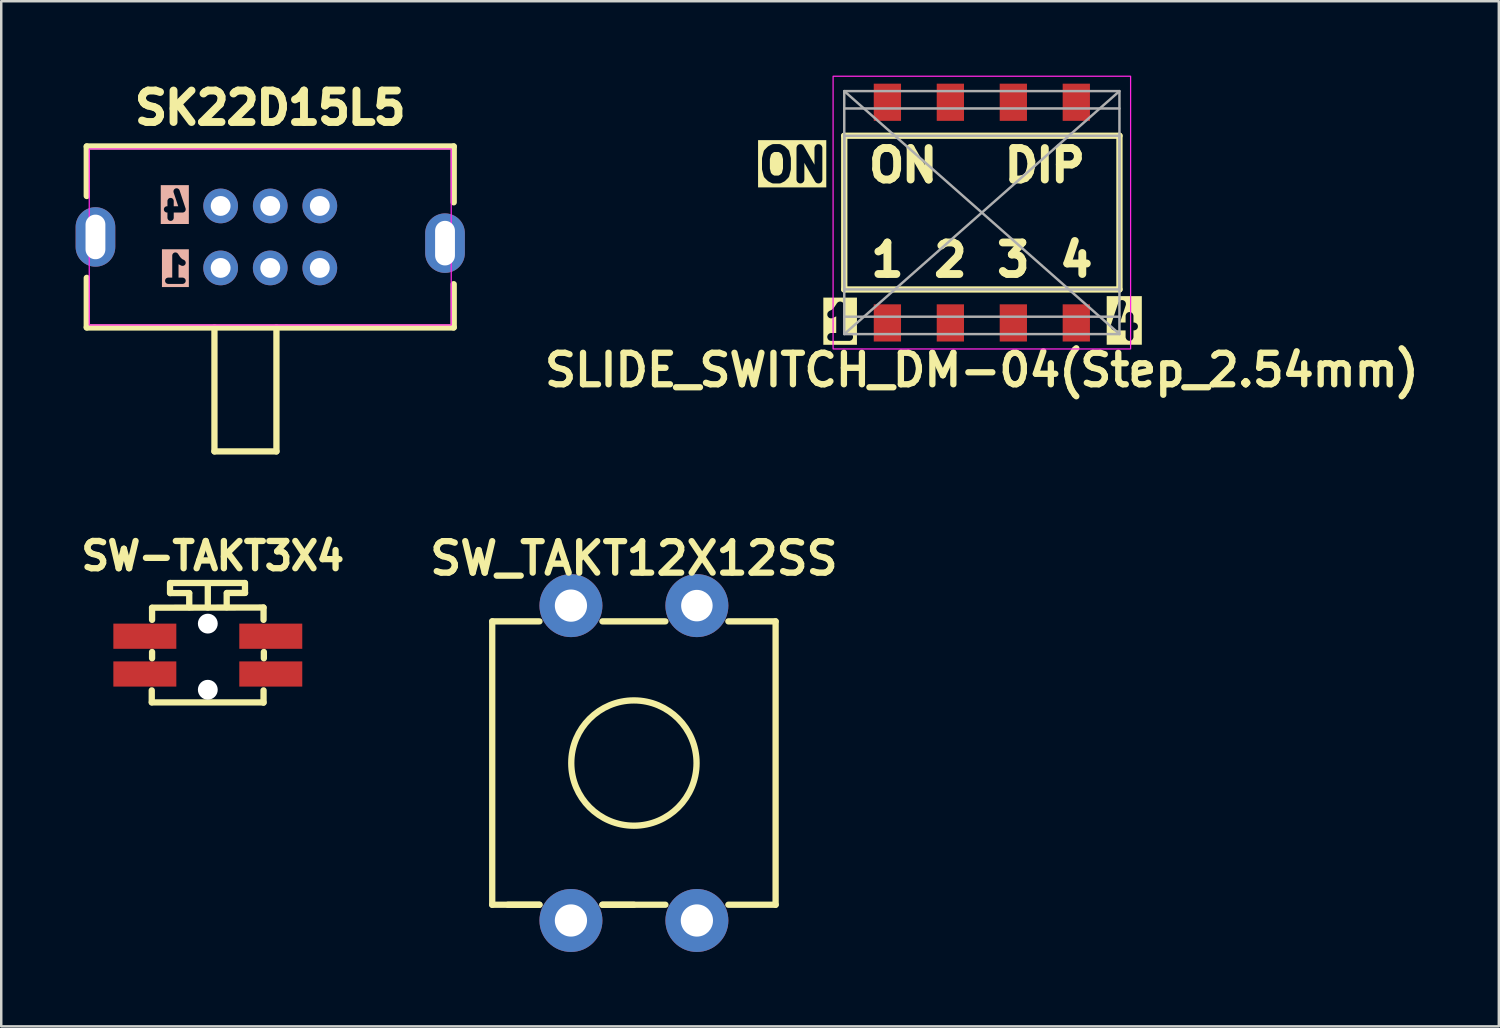
<source format=kicad_pcb>
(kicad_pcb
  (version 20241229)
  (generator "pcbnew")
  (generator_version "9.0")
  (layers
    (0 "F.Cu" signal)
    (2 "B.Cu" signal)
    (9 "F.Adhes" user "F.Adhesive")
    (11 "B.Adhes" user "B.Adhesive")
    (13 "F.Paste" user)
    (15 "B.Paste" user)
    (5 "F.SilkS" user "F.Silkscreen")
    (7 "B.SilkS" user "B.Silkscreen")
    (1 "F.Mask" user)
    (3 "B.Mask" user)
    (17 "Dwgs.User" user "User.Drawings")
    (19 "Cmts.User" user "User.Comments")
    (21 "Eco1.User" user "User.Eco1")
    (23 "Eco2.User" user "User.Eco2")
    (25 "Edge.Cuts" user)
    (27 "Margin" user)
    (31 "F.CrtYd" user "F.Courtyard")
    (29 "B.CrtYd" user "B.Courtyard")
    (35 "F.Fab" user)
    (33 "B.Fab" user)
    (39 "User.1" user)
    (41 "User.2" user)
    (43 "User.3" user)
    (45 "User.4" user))
  (footprint "SW-TAKT3X4"
    (layer "F.Cu")
    (at 5.332 23.374)
    (property "Reference" "SW-TAKT3X4" (at 0.203 -4 0) (layer "F.SilkS") (effects (font (size 1.1 1.1) (thickness 0.254))))
    (attr smd)
    (fp_line (start -2.261 1.905) (end -2.261 1.422) (stroke (width 0.254) (type solid)) (layer "F.SilkS"))
    (fp_line (start -2.25 -1.913) (end 2.245 -1.92) (stroke (width 0.254) (type solid)) (layer "F.SilkS"))
    (fp_line (start -2.248 -1.905) (end -2.248 -1.422) (stroke (width 0.254) (type solid)) (layer "F.SilkS"))
    (fp_line (start -2.248 0.127) (end -2.248 -0.127) (stroke (width 0.254) (type solid)) (layer "F.SilkS"))
    (fp_line (start -1.524 -2.908) (end -1.524 -2.502) (stroke (width 0.254) (type solid)) (layer "F.SilkS"))
    (fp_line (start -1.509 -2.908) (end 1.491 -2.908) (stroke (width 0.254) (type solid)) (layer "F.SilkS"))
    (fp_line (start -0.754 -2.502) (end -1.509 -2.502) (stroke (width 0.254) (type solid)) (layer "F.SilkS"))
    (fp_line (start -0.749 -2.502) (end -0.749 -1.93) (stroke (width 0.254) (type solid)) (layer "F.SilkS"))
    (fp_line (start 0 -1.918) (end 0 -2.883) (stroke (width 0.254) (type solid)) (layer "F.SilkS"))
    (fp_line (start 0.762 -1.93) (end 0.762 -2.502) (stroke (width 0.254) (type solid)) (layer "F.SilkS"))
    (fp_line (start 1.499 -2.908) (end 1.499 -2.515) (stroke (width 0.254) (type solid)) (layer "F.SilkS"))
    (fp_line (start 1.504 -2.507) (end 0.772 -2.507) (stroke (width 0.254) (type solid)) (layer "F.SilkS"))
    (fp_line (start 2.245 1.908) (end -2.258 1.908) (stroke (width 0.254) (type solid)) (layer "F.SilkS"))
    (fp_line (start 2.248 -1.918) (end 2.248 -1.422) (stroke (width 0.254) (type solid)) (layer "F.SilkS"))
    (fp_line (start 2.248 1.918) (end 2.248 1.422) (stroke (width 0.254) (type solid)) (layer "F.SilkS"))
    (fp_line (start 2.261 0.127) (end 2.261 -0.127) (stroke (width 0.254) (type solid)) (layer "F.SilkS"))
    (pad "" np_thru_hole circle (at 0 -1.27) (size 0.8 0.8) (drill 0.8) (layers "*.Cu" "*.Mask"))
    (pad "" np_thru_hole circle (at 0 1.397) (size 0.8 0.8) (drill 0.8) (layers "*.Cu" "*.Mask"))
    (pad "1" smd rect (at -2.54 -0.762) (size 2.54 1.016) (layers "F.Cu" "F.Mask" "F.Paste"))
    (pad "2" smd rect (at -2.54 0.762) (size 2.54 1.016) (layers "F.Cu" "F.Mask" "F.Paste"))
    (pad "3" smd rect (at 2.54 -0.762) (size 2.54 1.016) (layers "F.Cu" "F.Mask" "F.Paste"))
    (pad "4" smd rect (at 2.54 0.762) (size 2.54 1.016) (layers "F.Cu" "F.Mask" "F.Paste")))
  (footprint "SK22D15L5"
    (layer "F.Cu")
    (at 7.85 6.507)
    (property "Reference" "SK22D15L5" (at 0 -5.207 0) (unlocked yes) (layer "F.SilkS") (effects (font (size 1.27 1.27) (thickness 0.318) (bold yes))))
    (attr through_hole)
    (fp_line (start -7.4 -3.65) (end -7.4 -1.651) (stroke (width 0.254) (type default)) (layer "F.SilkS"))
    (fp_line (start -7.4 1.651) (end -7.4 3.65) (stroke (width 0.254) (type default)) (layer "F.SilkS"))
    (fp_line (start -7.4 3.65) (end 7.4 3.65) (stroke (width 0.254) (type default)) (layer "F.SilkS"))
    (fp_line (start -2.25 8.65) (end -2.25 3.65) (stroke (width 0.254) (type default)) (layer "F.SilkS"))
    (fp_line (start 0.25 3.65) (end 0.25 8.65) (stroke (width 0.254) (type default)) (layer "F.SilkS"))
    (fp_line (start 0.25 8.65) (end -2.25 8.65) (stroke (width 0.254) (type default)) (layer "F.SilkS"))
    (fp_line (start 7.4 -3.65) (end -7.4 -3.65) (stroke (width 0.254) (type default)) (layer "F.SilkS"))
    (fp_line (start 7.4 -1.397) (end 7.4 -3.65) (stroke (width 0.254) (type default)) (layer "F.SilkS"))
    (fp_line (start 7.4 3.65) (end 7.4 1.905) (stroke (width 0.254) (type default)) (layer "F.SilkS"))
    (fp_rect (start -7.3 3.55) (end 7.3 -3.55) (stroke (width 0.05) (type default)) (fill no) (layer "F.CrtYd"))
    (fp_text user "4" (at -3.175 -0.635 0) (layer "B.SilkS" knockout) (effects (font (size 1.016 1.016) (thickness 0.254) (bold yes)) (justify left bottom mirror)))
    (fp_text user "1" (at -3.175 1.905 0) (layer "B.SilkS" knockout) (effects (font (size 1.016 1.016) (thickness 0.254) (bold yes)) (justify left bottom mirror)))
    (pad "0" thru_hole oval (at -7.05 0) (size 1.6 2.4) (drill oval 0.8 1.8) (layers "*.Cu" "*.Mask"))
    (pad "0" thru_hole oval (at 7.05 0.25) (size 1.6 2.4) (drill oval 0.8 1.8) (layers "*.Cu" "*.Mask"))
    (pad "1" thru_hole circle (at -2 1.25) (size 1.4 1.4) (drill 0.8) (layers "*.Cu" "*.Mask"))
    (pad "2" thru_hole circle (at 0 1.25) (size 1.4 1.4) (drill 0.8) (layers "*.Cu" "*.Mask"))
    (pad "3" thru_hole circle (at 2 1.25) (size 1.4 1.4) (drill 0.8) (layers "*.Cu" "*.Mask"))
    (pad "4" thru_hole circle (at -2 -1.25) (size 1.4 1.4) (drill 0.8) (layers "*.Cu" "*.Mask"))
    (pad "5" thru_hole circle (at 0 -1.25) (size 1.4 1.4) (drill 0.8) (layers "*.Cu" "*.Mask"))
    (pad "6" thru_hole circle (at 2 -1.25) (size 1.4 1.4) (drill 0.8) (layers "*.Cu" "*.Mask")))
  (footprint "SW_TAKT12X12SS"
    (layer "F.Cu")
    (at 22.519 27.728)
    (property "Reference" "SW_TAKT12X12SS" (at 0 -8.255 0) (layer "F.SilkS") (effects (font (size 1.27 1.27) (thickness 0.254))))
    (attr through_hole)
    (fp_line (start -5.715 -5.715) (end -3.81 -5.715) (stroke (width 0.254) (type solid)) (layer "F.SilkS"))
    (fp_line (start -5.715 5.715) (end -5.715 -5.715) (stroke (width 0.254) (type solid)) (layer "F.SilkS"))
    (fp_line (start -5.715 5.715) (end -3.81 5.715) (stroke (width 0.254) (type solid)) (layer "F.SilkS"))
    (fp_line (start -3.81 5.715) (end -5.08 5.715) (stroke (width 0.254) (type solid)) (layer "F.SilkS"))
    (fp_line (start -1.27 -5.715) (end 1.27 -5.715) (stroke (width 0.254) (type solid)) (layer "F.SilkS"))
    (fp_line (start -1.27 5.715) (end 1.27 5.715) (stroke (width 0.254) (type solid)) (layer "F.SilkS"))
    (fp_line (start 0 5.715) (end -1.27 5.715) (stroke (width 0.254) (type solid)) (layer "F.SilkS"))
    (fp_line (start 3.81 -5.715) (end 5.715 -5.715) (stroke (width 0.254) (type solid)) (layer "F.SilkS"))
    (fp_line (start 3.81 5.715) (end 5.715 5.715) (stroke (width 0.254) (type solid)) (layer "F.SilkS"))
    (fp_line (start 5.715 -5.715) (end 5.715 5.715) (stroke (width 0.254) (type solid)) (layer "F.SilkS"))
    (fp_circle (center 0 0) (end 2.49 0.43) (stroke (width 0.254) (type solid)) (fill no) (layer "F.SilkS"))
    (pad "1" thru_hole circle (at -2.54 6.35) (size 2.54 2.54) (drill 1.3) (layers "*.Cu" "*.Mask"))
    (pad "2" thru_hole circle (at 2.54 6.35) (size 2.54 2.54) (drill 1.3) (layers "*.Cu" "*.Mask"))
    (pad "3" thru_hole circle (at 2.54 -6.35) (size 2.54 2.54) (drill 1.27) (layers "*.Cu" "*.Mask"))
    (pad "4" thru_hole circle (at -2.54 -6.35) (size 2.54 2.54) (drill 1.3) (layers "*.Cu" "*.Mask")))
  (footprint "SLIDE_SWITCH_DM-04(Step_2.54mm)"
    (layer "F.Cu")
    (at 36.553 5.525)
    (property "Reference" "SLIDE_SWITCH_DM-04(Step_2.54mm)" (at 0 6.35 0) (layer "F.SilkS") (effects (font (size 1.27 1.27) (thickness 0.254))))
    (attr smd)
    (fp_line (start -5.55 3.1) (end -5.55 -3.1) (stroke (width 0.254) (type solid)) (layer "F.SilkS"))
    (fp_line (start -5.55 3.1) (end 5.55 3.1) (stroke (width 0.254) (type solid)) (layer "F.SilkS"))
    (fp_line (start 5.55 -3.1) (end -5.55 -3.1) (stroke (width 0.254) (type solid)) (layer "F.SilkS"))
    (fp_line (start 5.55 3.1) (end 5.55 -3.1) (stroke (width 0.254) (type solid)) (layer "F.SilkS"))
    (fp_rect (start -6 -5.5) (end 6 5.5) (stroke (width 0.05) (type default)) (fill no) (layer "F.CrtYd"))
    (fp_line (start -5.55 -4.2) (end 5.55 -4.2) (stroke (width 0.1) (type default)) (layer "F.Fab"))
    (fp_line (start -5.55 4.2) (end 5.55 4.2) (stroke (width 0.1) (type default)) (layer "F.Fab"))
    (fp_line (start 5.55 -4.9) (end -5.55 4.9) (stroke (width 0.1) (type default)) (layer "F.Fab"))
    (fp_line (start 5.55 4.9) (end -5.55 -4.9) (stroke (width 0.1) (type default)) (layer "F.Fab"))
    (fp_rect (start -5.55 -4.9) (end 5.55 4.9) (stroke (width 0.1) (type default)) (fill no) (layer "F.Fab"))
    (fp_rect (start -5.55 -3.1) (end 5.55 3.1) (stroke (width 0.1) (type default)) (fill no) (layer "F.Fab"))
    (fp_text user "ON" (at -7.62 -1.905 0) (layer "F.SilkS" knockout) (effects (font (size 1.27 1.27) (thickness 0.318) (bold yes))))
    (fp_text user "1" (at -3.81 1.905 0) (layer "F.SilkS") (effects (font (size 1.27 1.27) (thickness 0.318) (bold yes))))
    (fp_text user "1" (at -5.715 4.445 0) (layer "F.SilkS" knockout) (effects (font (size 1.27 1.27) (thickness 0.318) (bold yes))))
    (fp_text user "4" (at 3.81 1.905 0) (layer "F.SilkS") (effects (font (size 1.27 1.27) (thickness 0.318) (bold yes))))
    (fp_text user "ON" (at -3.175 -1.905 0) (layer "F.SilkS") (effects (font (size 1.27 1.27) (thickness 0.318) (bold yes))))
    (fp_text user "2" (at -1.27 1.905 0) (layer "F.SilkS") (effects (font (size 1.27 1.27) (thickness 0.318) (bold yes))))
    (fp_text user "4" (at 5.715 4.445 0) (layer "F.SilkS" knockout) (effects (font (size 1.27 1.27) (thickness 0.318) (bold yes))))
    (fp_text user "DIP" (at 2.54 -1.905 0) (layer "F.SilkS") (effects (font (size 1.27 1.27) (thickness 0.318) (bold yes))))
    (fp_text user "3" (at 1.27 1.905 0) (layer "F.SilkS") (effects (font (size 1.27 1.27) (thickness 0.318) (bold yes))))
    (pad "" smd rect (at -3.81 -4.45) (size 1.5 1.9) (layers "F.Paste"))
    (pad "" smd rect (at -3.81 4.45) (size 1.5 1.9) (layers "F.Paste"))
    (pad "" smd rect (at -1.27 -4.45) (size 1.5 1.9) (layers "F.Paste"))
    (pad "" smd rect (at -1.27 4.45) (size 1.5 1.9) (layers "F.Paste"))
    (pad "" smd rect (at 1.27 -4.45) (size 1.5 1.9) (layers "F.Paste"))
    (pad "" smd rect (at 1.27 4.45) (size 1.5 1.9) (layers "F.Paste"))
    (pad "" smd rect (at 3.81 -4.45) (size 1.5 1.9) (layers "F.Paste"))
    (pad "" smd rect (at 3.81 4.45) (size 1.5 1.9) (layers "F.Paste"))
    (pad "1" smd rect (at -3.81 4.45) (size 1.1 1.5) (layers "F.Cu" "F.Mask"))
    (pad "2" smd rect (at -1.27 4.45) (size 1.1 1.5) (layers "F.Cu" "F.Mask"))
    (pad "3" smd rect (at 1.27 4.45) (size 1.1 1.5) (layers "F.Cu" "F.Mask"))
    (pad "4" smd rect (at 3.81 4.45) (size 1.1 1.5) (layers "F.Cu" "F.Mask"))
    (pad "5" smd rect (at 3.81 -4.45) (size 1.1 1.5) (layers "F.Cu" "F.Mask"))
    (pad "6" smd rect (at 1.27 -4.45) (size 1.1 1.5) (layers "F.Cu" "F.Mask"))
    (pad "7" smd rect (at -1.27 -4.45) (size 1.1 1.5) (layers "F.Cu" "F.Mask"))
    (pad "8" smd rect (at -3.81 -4.45) (size 1.1 1.5) (layers "F.Cu" "F.Mask")))
  (gr_rect
    (start -3 -3)
    (end 57.405 38.348)
    (stroke (width 0.1) (type default))
    (fill no)
    (layer "Edge.Cuts")))
</source>
